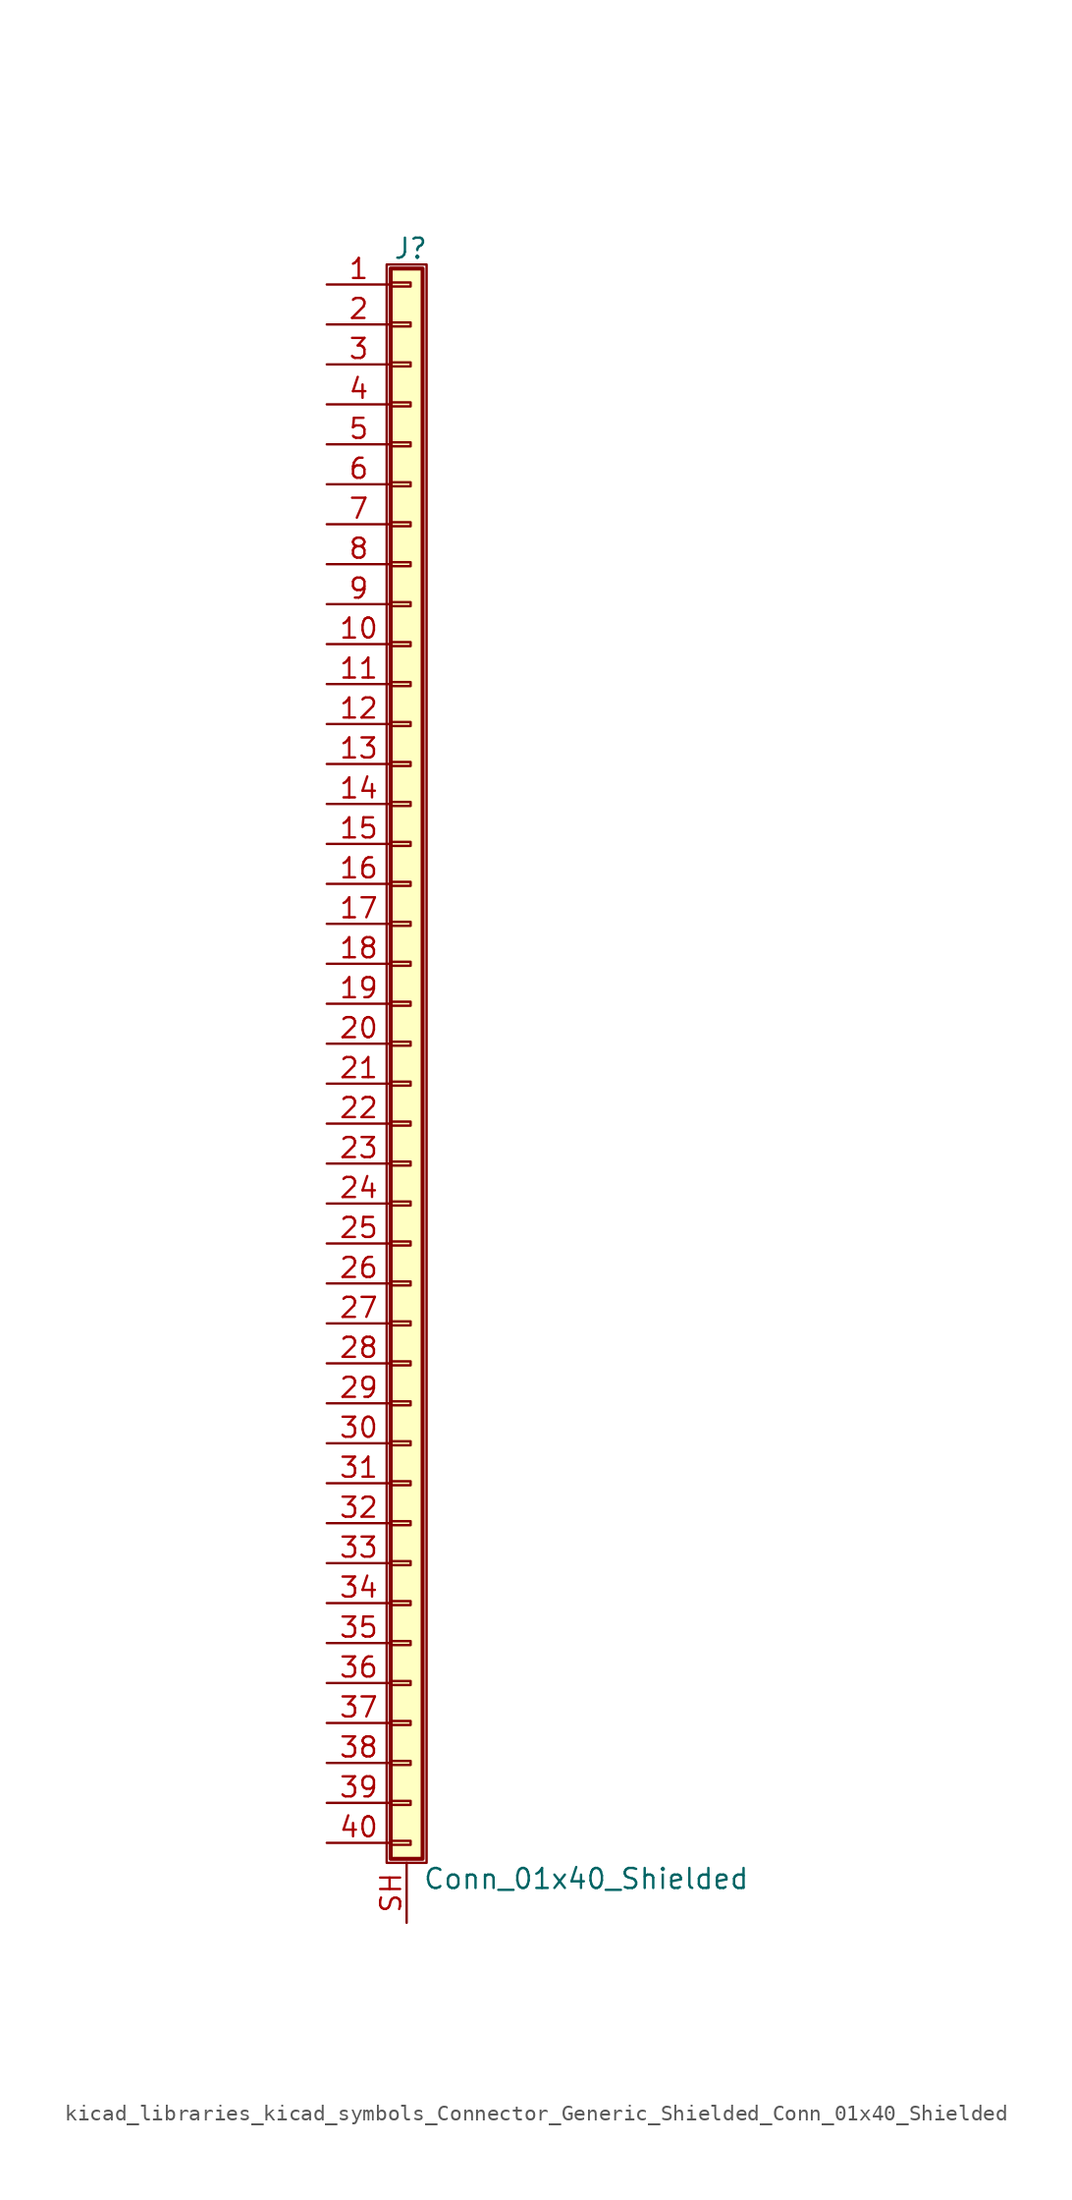
<source format=kicad_sym>
(kicad_symbol_lib
  (version 20220914)
  (generator kicad_symbol_editor)
  (symbol "kicad_libraries_kicad_symbols_Connector_Generic_Shielded_Conn_01x40_Shielded"
    (pin_names
      (offset 1.016) hide)
    (property "Reference" "J"
      (at 0.254 50.546 0)
      (effects (font (size 1.27 1.27))))
    (property "Value" "Conn_01x40_Shielded"
      (at 1.016 -53.086 0)
      (effects (font (size 1.27 1.27)) (justify left)))
    (symbol "kicad_libraries_kicad_symbols_Connector_Generic_Shielded_Conn_01x40_Shielded_1_1"
      (rectangle (start -1.27 49.53) (end 1.27 -52.07) (stroke (width 0.152) (type default)) (fill (type none)))
      (rectangle (start -1.016 -50.673) (end 0.254 -50.927) (stroke (width 0.152) (type default)) (fill (type none)))
      (rectangle (start -1.016 -48.133) (end 0.254 -48.387) (stroke (width 0.152) (type default)) (fill (type none)))
      (rectangle (start -1.016 -45.593) (end 0.254 -45.847) (stroke (width 0.152) (type default)) (fill (type none)))
      (rectangle (start -1.016 -43.053) (end 0.254 -43.307) (stroke (width 0.152) (type default)) (fill (type none)))
      (rectangle (start -1.016 -40.513) (end 0.254 -40.767) (stroke (width 0.152) (type default)) (fill (type none)))
      (rectangle (start -1.016 -37.973) (end 0.254 -38.227) (stroke (width 0.152) (type default)) (fill (type none)))
      (rectangle (start -1.016 -35.433) (end 0.254 -35.687) (stroke (width 0.152) (type default)) (fill (type none)))
      (rectangle (start -1.016 -32.893) (end 0.254 -33.147) (stroke (width 0.152) (type default)) (fill (type none)))
      (rectangle (start -1.016 -30.353) (end 0.254 -30.607) (stroke (width 0.152) (type default)) (fill (type none)))
      (rectangle (start -1.016 -27.813) (end 0.254 -28.067) (stroke (width 0.152) (type default)) (fill (type none)))
      (rectangle (start -1.016 -25.273) (end 0.254 -25.527) (stroke (width 0.152) (type default)) (fill (type none)))
      (rectangle (start -1.016 -22.733) (end 0.254 -22.987) (stroke (width 0.152) (type default)) (fill (type none)))
      (rectangle (start -1.016 -20.193) (end 0.254 -20.447) (stroke (width 0.152) (type default)) (fill (type none)))
      (rectangle (start -1.016 -17.653) (end 0.254 -17.907) (stroke (width 0.152) (type default)) (fill (type none)))
      (rectangle (start -1.016 -15.113) (end 0.254 -15.367) (stroke (width 0.152) (type default)) (fill (type none)))
      (rectangle (start -1.016 -12.573) (end 0.254 -12.827) (stroke (width 0.152) (type default)) (fill (type none)))
      (rectangle (start -1.016 -10.033) (end 0.254 -10.287) (stroke (width 0.152) (type default)) (fill (type none)))
      (rectangle (start -1.016 -7.493) (end 0.254 -7.747) (stroke (width 0.152) (type default)) (fill (type none)))
      (rectangle (start -1.016 -4.953) (end 0.254 -5.207) (stroke (width 0.152) (type default)) (fill (type none)))
      (rectangle (start -1.016 -2.413) (end 0.254 -2.667) (stroke (width 0.152) (type default)) (fill (type none)))
      (rectangle (start -1.016 0.127) (end 0.254 -0.127) (stroke (width 0.152) (type default)) (fill (type none)))
      (rectangle (start -1.016 2.667) (end 0.254 2.413) (stroke (width 0.152) (type default)) (fill (type none)))
      (rectangle (start -1.016 5.207) (end 0.254 4.953) (stroke (width 0.152) (type default)) (fill (type none)))
      (rectangle (start -1.016 7.747) (end 0.254 7.493) (stroke (width 0.152) (type default)) (fill (type none)))
      (rectangle (start -1.016 10.287) (end 0.254 10.033) (stroke (width 0.152) (type default)) (fill (type none)))
      (rectangle (start -1.016 12.827) (end 0.254 12.573) (stroke (width 0.152) (type default)) (fill (type none)))
      (rectangle (start -1.016 15.367) (end 0.254 15.113) (stroke (width 0.152) (type default)) (fill (type none)))
      (rectangle (start -1.016 17.907) (end 0.254 17.653) (stroke (width 0.152) (type default)) (fill (type none)))
      (rectangle (start -1.016 20.447) (end 0.254 20.193) (stroke (width 0.152) (type default)) (fill (type none)))
      (rectangle (start -1.016 22.987) (end 0.254 22.733) (stroke (width 0.152) (type default)) (fill (type none)))
      (rectangle (start -1.016 25.527) (end 0.254 25.273) (stroke (width 0.152) (type default)) (fill (type none)))
      (rectangle (start -1.016 28.067) (end 0.254 27.813) (stroke (width 0.152) (type default)) (fill (type none)))
      (rectangle (start -1.016 30.607) (end 0.254 30.353) (stroke (width 0.152) (type default)) (fill (type none)))
      (rectangle (start -1.016 33.147) (end 0.254 32.893) (stroke (width 0.152) (type default)) (fill (type none)))
      (rectangle (start -1.016 35.687) (end 0.254 35.433) (stroke (width 0.152) (type default)) (fill (type none)))
      (rectangle (start -1.016 38.227) (end 0.254 37.973) (stroke (width 0.152) (type default)) (fill (type none)))
      (rectangle (start -1.016 40.767) (end 0.254 40.513) (stroke (width 0.152) (type default)) (fill (type none)))
      (rectangle (start -1.016 43.307) (end 0.254 43.053) (stroke (width 0.152) (type default)) (fill (type none)))
      (rectangle (start -1.016 45.847) (end 0.254 45.593) (stroke (width 0.152) (type default)) (fill (type none)))
      (rectangle (start -1.016 48.387) (end 0.254 48.133) (stroke (width 0.152) (type default)) (fill (type none)))
      (rectangle (start -1.016 49.276) (end 1.016 -51.816) (stroke (width 0.254) (type default)) (fill (type background)))
      (pin passive line (at -5.08 48.26 0) (length 4.064) (name "Pin_1" (effects (font (size 1.27 1.27)))) (number "1" (effects (font (size 1.27 1.27)))))
      (pin passive line (at -5.08 25.4 0) (length 4.064) (name "Pin_10" (effects (font (size 1.27 1.27)))) (number "10" (effects (font (size 1.27 1.27)))))
      (pin passive line (at -5.08 22.86 0) (length 4.064) (name "Pin_11" (effects (font (size 1.27 1.27)))) (number "11" (effects (font (size 1.27 1.27)))))
      (pin passive line (at -5.08 20.32 0) (length 4.064) (name "Pin_12" (effects (font (size 1.27 1.27)))) (number "12" (effects (font (size 1.27 1.27)))))
      (pin passive line (at -5.08 17.78 0) (length 4.064) (name "Pin_13" (effects (font (size 1.27 1.27)))) (number "13" (effects (font (size 1.27 1.27)))))
      (pin passive line (at -5.08 15.24 0) (length 4.064) (name "Pin_14" (effects (font (size 1.27 1.27)))) (number "14" (effects (font (size 1.27 1.27)))))
      (pin passive line (at -5.08 12.7 0) (length 4.064) (name "Pin_15" (effects (font (size 1.27 1.27)))) (number "15" (effects (font (size 1.27 1.27)))))
      (pin passive line (at -5.08 10.16 0) (length 4.064) (name "Pin_16" (effects (font (size 1.27 1.27)))) (number "16" (effects (font (size 1.27 1.27)))))
      (pin passive line (at -5.08 7.62 0) (length 4.064) (name "Pin_17" (effects (font (size 1.27 1.27)))) (number "17" (effects (font (size 1.27 1.27)))))
      (pin passive line (at -5.08 5.08 0) (length 4.064) (name "Pin_18" (effects (font (size 1.27 1.27)))) (number "18" (effects (font (size 1.27 1.27)))))
      (pin passive line (at -5.08 2.54 0) (length 4.064) (name "Pin_19" (effects (font (size 1.27 1.27)))) (number "19" (effects (font (size 1.27 1.27)))))
      (pin passive line (at -5.08 45.72 0) (length 4.064) (name "Pin_2" (effects (font (size 1.27 1.27)))) (number "2" (effects (font (size 1.27 1.27)))))
      (pin passive line (at -5.08 0 0) (length 4.064) (name "Pin_20" (effects (font (size 1.27 1.27)))) (number "20" (effects (font (size 1.27 1.27)))))
      (pin passive line (at -5.08 -2.54 0) (length 4.064) (name "Pin_21" (effects (font (size 1.27 1.27)))) (number "21" (effects (font (size 1.27 1.27)))))
      (pin passive line (at -5.08 -5.08 0) (length 4.064) (name "Pin_22" (effects (font (size 1.27 1.27)))) (number "22" (effects (font (size 1.27 1.27)))))
      (pin passive line (at -5.08 -7.62 0) (length 4.064) (name "Pin_23" (effects (font (size 1.27 1.27)))) (number "23" (effects (font (size 1.27 1.27)))))
      (pin passive line (at -5.08 -10.16 0) (length 4.064) (name "Pin_24" (effects (font (size 1.27 1.27)))) (number "24" (effects (font (size 1.27 1.27)))))
      (pin passive line (at -5.08 -12.7 0) (length 4.064) (name "Pin_25" (effects (font (size 1.27 1.27)))) (number "25" (effects (font (size 1.27 1.27)))))
      (pin passive line (at -5.08 -15.24 0) (length 4.064) (name "Pin_26" (effects (font (size 1.27 1.27)))) (number "26" (effects (font (size 1.27 1.27)))))
      (pin passive line (at -5.08 -17.78 0) (length 4.064) (name "Pin_27" (effects (font (size 1.27 1.27)))) (number "27" (effects (font (size 1.27 1.27)))))
      (pin passive line (at -5.08 -20.32 0) (length 4.064) (name "Pin_28" (effects (font (size 1.27 1.27)))) (number "28" (effects (font (size 1.27 1.27)))))
      (pin passive line (at -5.08 -22.86 0) (length 4.064) (name "Pin_29" (effects (font (size 1.27 1.27)))) (number "29" (effects (font (size 1.27 1.27)))))
      (pin passive line (at -5.08 43.18 0) (length 4.064) (name "Pin_3" (effects (font (size 1.27 1.27)))) (number "3" (effects (font (size 1.27 1.27)))))
      (pin passive line (at -5.08 -25.4 0) (length 4.064) (name "Pin_30" (effects (font (size 1.27 1.27)))) (number "30" (effects (font (size 1.27 1.27)))))
      (pin passive line (at -5.08 -27.94 0) (length 4.064) (name "Pin_31" (effects (font (size 1.27 1.27)))) (number "31" (effects (font (size 1.27 1.27)))))
      (pin passive line (at -5.08 -30.48 0) (length 4.064) (name "Pin_32" (effects (font (size 1.27 1.27)))) (number "32" (effects (font (size 1.27 1.27)))))
      (pin passive line (at -5.08 -33.02 0) (length 4.064) (name "Pin_33" (effects (font (size 1.27 1.27)))) (number "33" (effects (font (size 1.27 1.27)))))
      (pin passive line (at -5.08 -35.56 0) (length 4.064) (name "Pin_34" (effects (font (size 1.27 1.27)))) (number "34" (effects (font (size 1.27 1.27)))))
      (pin passive line (at -5.08 -38.1 0) (length 4.064) (name "Pin_35" (effects (font (size 1.27 1.27)))) (number "35" (effects (font (size 1.27 1.27)))))
      (pin passive line (at -5.08 -40.64 0) (length 4.064) (name "Pin_36" (effects (font (size 1.27 1.27)))) (number "36" (effects (font (size 1.27 1.27)))))
      (pin passive line (at -5.08 -43.18 0) (length 4.064) (name "Pin_37" (effects (font (size 1.27 1.27)))) (number "37" (effects (font (size 1.27 1.27)))))
      (pin passive line (at -5.08 -45.72 0) (length 4.064) (name "Pin_38" (effects (font (size 1.27 1.27)))) (number "38" (effects (font (size 1.27 1.27)))))
      (pin passive line (at -5.08 -48.26 0) (length 4.064) (name "Pin_39" (effects (font (size 1.27 1.27)))) (number "39" (effects (font (size 1.27 1.27)))))
      (pin passive line (at -5.08 40.64 0) (length 4.064) (name "Pin_4" (effects (font (size 1.27 1.27)))) (number "4" (effects (font (size 1.27 1.27)))))
      (pin passive line (at -5.08 -50.8 0) (length 4.064) (name "Pin_40" (effects (font (size 1.27 1.27)))) (number "40" (effects (font (size 1.27 1.27)))))
      (pin passive line (at -5.08 38.1 0) (length 4.064) (name "Pin_5" (effects (font (size 1.27 1.27)))) (number "5" (effects (font (size 1.27 1.27)))))
      (pin passive line (at -5.08 35.56 0) (length 4.064) (name "Pin_6" (effects (font (size 1.27 1.27)))) (number "6" (effects (font (size 1.27 1.27)))))
      (pin passive line (at -5.08 33.02 0) (length 4.064) (name "Pin_7" (effects (font (size 1.27 1.27)))) (number "7" (effects (font (size 1.27 1.27)))))
      (pin passive line (at -5.08 30.48 0) (length 4.064) (name "Pin_8" (effects (font (size 1.27 1.27)))) (number "8" (effects (font (size 1.27 1.27)))))
      (pin passive line (at -5.08 27.94 0) (length 4.064) (name "Pin_9" (effects (font (size 1.27 1.27)))) (number "9" (effects (font (size 1.27 1.27)))))
      (pin passive line (at 0 -55.88 90) (length 3.81) (name "Shield" (effects (font (size 1.27 1.27)))) (number "SH" (effects (font (size 1.27 1.27))))))))
</source>
